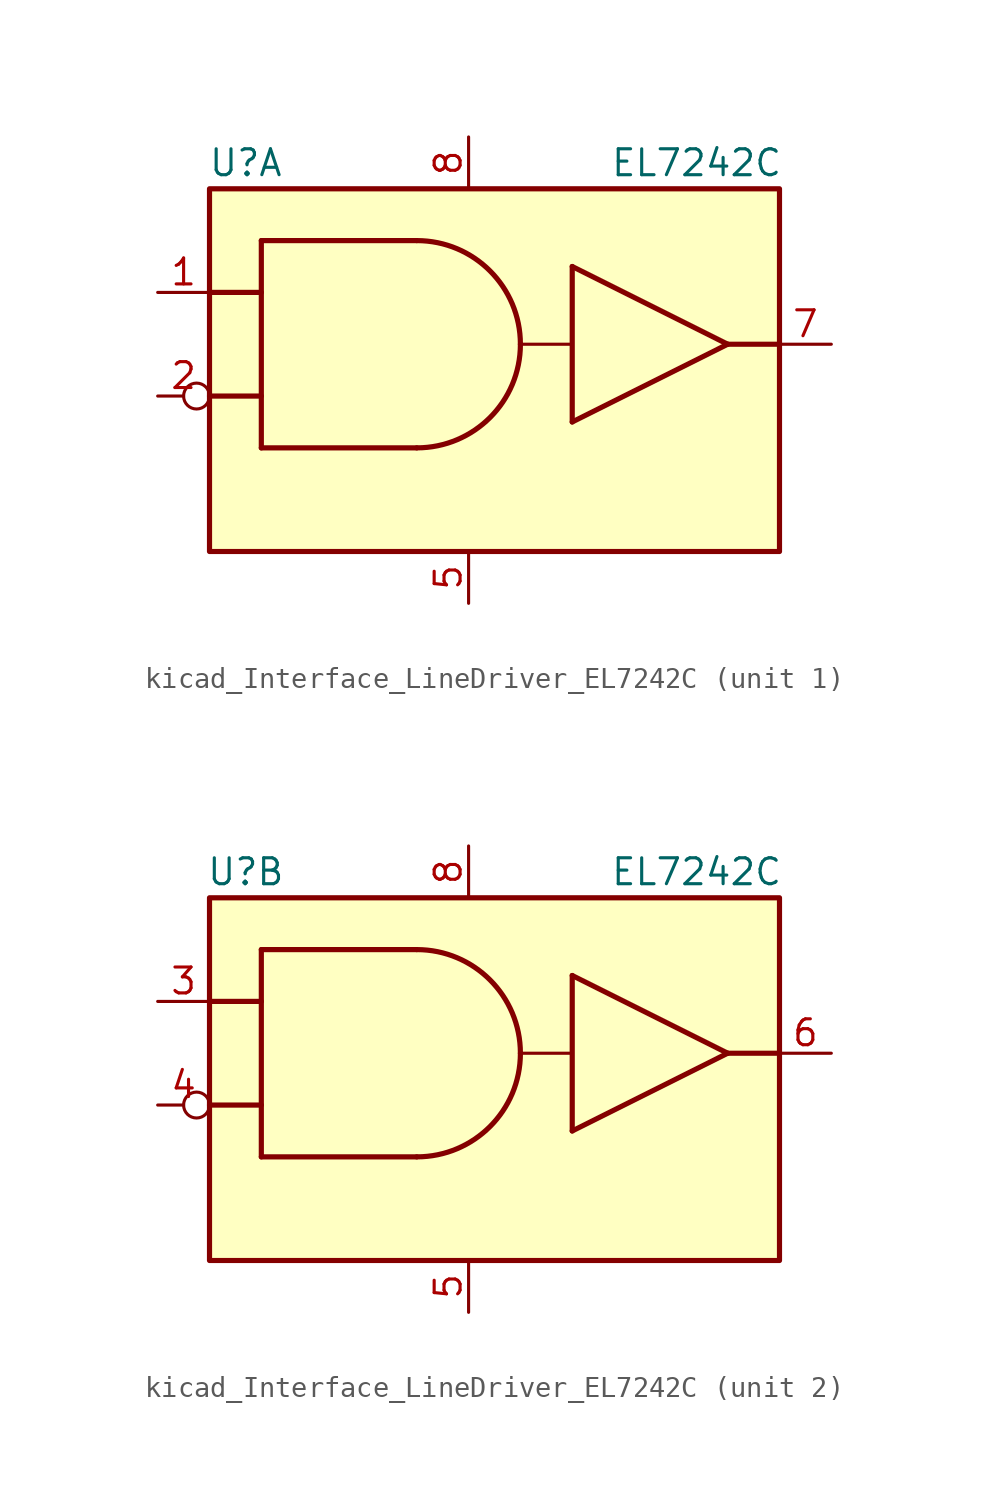
<source format=kicad_sym>
(kicad_symbol_lib
  (version 20220914)
  (generator kicad_symbol_editor)
  (symbol "kicad_Interface_LineDriver_EL7242C"
    (pin_names
      (offset 0.762) hide)
    (property "Reference" "U"
      (at -10.922 8.89 0)
      (effects (font (size 1.27 1.27))))
    (property "Value" "EL7242C"
      (at 11.176 8.89 0)
      (effects (font (size 1.27 1.27))))
    (symbol "kicad_Interface_LineDriver_EL7242C_0_0"
      (pin power_in line (at 0 -12.7 90) (length 2.54) (name "GND" (effects (font (size 1.27 1.27)))) (number "5" (effects (font (size 1.27 1.27)))))
      (pin power_in line (at 0 10.16 270) (length 2.54) (name "V+" (effects (font (size 1.27 1.27)))) (number "8" (effects (font (size 1.27 1.27))))))
    (symbol "kicad_Interface_LineDriver_EL7242C_0_1"
      (rectangle (start -12.7 7.62) (end 15.24 -10.16) (stroke (width 0.254) (type default)) (fill (type background)))
      (arc (start -2.54 -5.08) (mid 1.0521 -3.5921) (end 2.54 0) (stroke (width 0.254) (type default)) (fill (type none)))
      (polyline (pts (xy -12.7 -2.54) (xy -10.16 -2.54)) (stroke (width 0.254) (type default)) (fill (type none)))
      (polyline (pts (xy -12.7 2.54) (xy -10.16 2.54)) (stroke (width 0.254) (type default)) (fill (type none)))
      (polyline (pts (xy -10.16 -5.08) (xy -2.54 -5.08)) (stroke (width 0.254) (type default)) (fill (type none)))
      (polyline (pts (xy -10.16 5.08) (xy -10.16 -5.08)) (stroke (width 0.254) (type default)) (fill (type none)))
      (polyline (pts (xy -2.54 5.08) (xy -10.16 5.08)) (stroke (width 0.254) (type default)) (fill (type none)))
      (polyline (pts (xy 5.08 -3.81) (xy 12.7 0)) (stroke (width 0.254) (type default)) (fill (type none)))
      (polyline (pts (xy 5.08 0) (xy 2.54 0)) (stroke (width 0) (type default)) (fill (type none)))
      (polyline (pts (xy 5.08 3.81) (xy 5.08 -3.81)) (stroke (width 0.254) (type default)) (fill (type none)))
      (polyline (pts (xy 12.7 0) (xy 5.08 3.81)) (stroke (width 0.254) (type default)) (fill (type none)))
      (polyline (pts (xy 12.7 0) (xy 15.24 0)) (stroke (width 0.254) (type default)) (fill (type none)))
      (arc (start 2.54 0) (mid 1.0521 3.5921) (end -2.54 5.08) (stroke (width 0.254) (type default)) (fill (type none))))
    (symbol "kicad_Interface_LineDriver_EL7242C_1_1"
      (pin input line (at -15.24 2.54 0) (length 2.54) (name "IN1" (effects (font (size 1.27 1.27)))) (number "1" (effects (font (size 1.27 1.27)))))
      (pin input inverted (at -15.24 -2.54 0) (length 2.54) (name "IN" (effects (font (size 1.27 1.27)))) (number "2" (effects (font (size 1.27 1.27)))))
      (pin output line (at 17.78 0 180) (length 2.54) (name "OUT" (effects (font (size 1.27 1.27)))) (number "7" (effects (font (size 1.27 1.27))))))
    (symbol "kicad_Interface_LineDriver_EL7242C_2_1"
      (pin input line (at -15.24 2.54 0) (length 2.54) (name "IN1" (effects (font (size 1.27 1.27)))) (number "3" (effects (font (size 1.27 1.27)))))
      (pin input inverted (at -15.24 -2.54 0) (length 2.54) (name "IN" (effects (font (size 1.27 1.27)))) (number "4" (effects (font (size 1.27 1.27)))))
      (pin output line (at 17.78 0 180) (length 2.54) (name "OUT" (effects (font (size 1.27 1.27)))) (number "6" (effects (font (size 1.27 1.27))))))))
</source>
